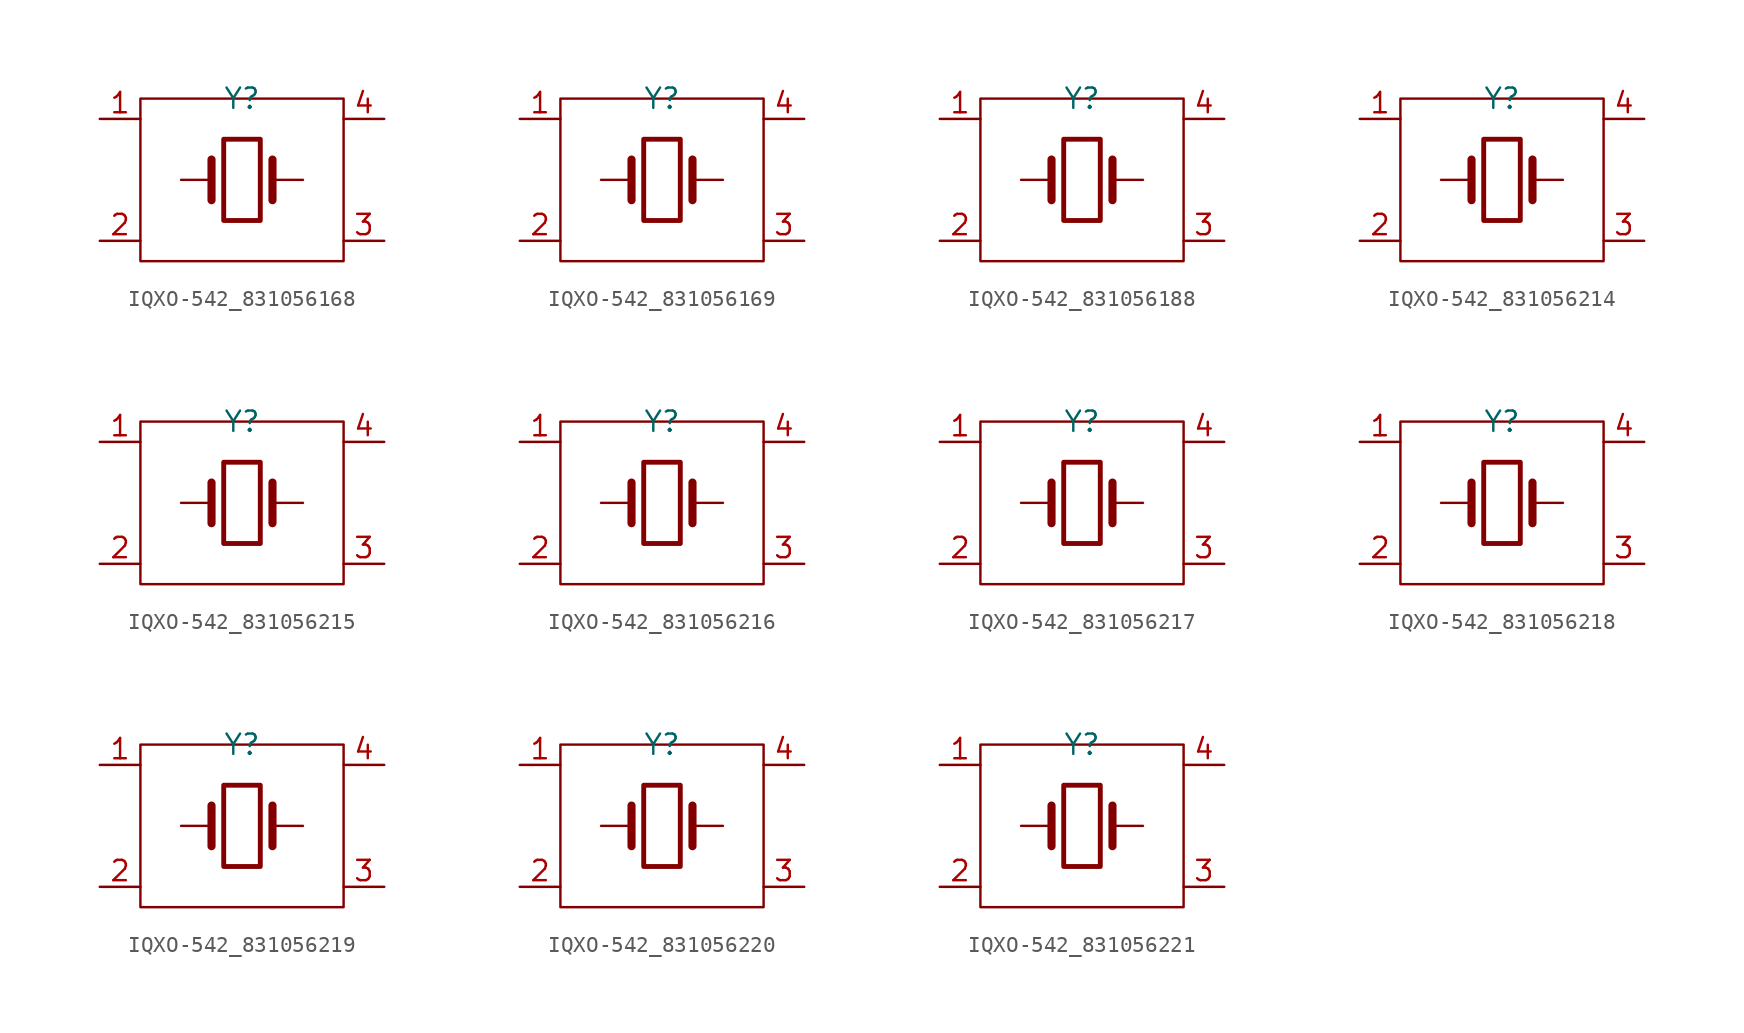
<source format=kicad_sym>
(kicad_symbol_lib
  (version 20220914)
  (generator kicad_symbol_editor)
  (symbol "IQXO-542_831056168"
    (pin_names hide)
    (property "Reference" "Y"
      (at 0 5.08 0)
      (effects (font (size 1.27 1.27))))
    (property "Critical Parameter" ""
      (at 0 -5.08 0)
      (effects (font (size 1.27 1.27)) (justify left)))
    (symbol "IQXO-542_831056168_0_1"
      (rectangle (start -6.35 5.08) (end 6.35 -5.08) (stroke (width 0) (type default)) (fill (type none)))
      (rectangle (start -1.143 2.54) (end 1.143 -2.54) (stroke (width 0.305) (type default)) (fill (type none)))
      (polyline (pts (xy -3.81 0) (xy -1.905 0)) (stroke (width 0) (type default)) (fill (type none)))
      (polyline (pts (xy -1.905 -1.27) (xy -1.905 1.27)) (stroke (width 0.508) (type default)) (fill (type none)))
      (polyline (pts (xy 1.905 -1.27) (xy 1.905 1.27)) (stroke (width 0.508) (type default)) (fill (type none)))
      (polyline (pts (xy 3.81 0) (xy 1.905 0)) (stroke (width 0) (type default)) (fill (type none))))
    (symbol "IQXO-542_831056168_1_1"
      (pin passive line (at -8.89 3.81 0) (length 2.54) (name "E/D" (effects (font (size 1.27 1.27)))) (number "1" (effects (font (size 1.27 1.27)))))
      (pin passive line (at -8.89 -3.81 0) (length 2.54) (name "GND" (effects (font (size 1.27 1.27)))) (number "2" (effects (font (size 1.27 1.27)))))
      (pin passive line (at 8.89 -3.81 180) (length 2.54) (name "OUT" (effects (font (size 1.27 1.27)))) (number "3" (effects (font (size 1.27 1.27)))))
      (pin passive line (at 8.89 3.81 180) (length 2.54) (name "+VS" (effects (font (size 1.27 1.27)))) (number "4" (effects (font (size 1.27 1.27)))))))
  (symbol "IQXO-542_831056169"
    (pin_names hide)
    (property "Reference" "Y"
      (at 0 5.08 0)
      (effects (font (size 1.27 1.27))))
    (property "Critical Parameter" ""
      (at 0 -5.08 0)
      (effects (font (size 1.27 1.27)) (justify left)))
    (symbol "IQXO-542_831056169_0_1"
      (rectangle (start -6.35 5.08) (end 6.35 -5.08) (stroke (width 0) (type default)) (fill (type none)))
      (rectangle (start -1.143 2.54) (end 1.143 -2.54) (stroke (width 0.305) (type default)) (fill (type none)))
      (polyline (pts (xy -3.81 0) (xy -1.905 0)) (stroke (width 0) (type default)) (fill (type none)))
      (polyline (pts (xy -1.905 -1.27) (xy -1.905 1.27)) (stroke (width 0.508) (type default)) (fill (type none)))
      (polyline (pts (xy 1.905 -1.27) (xy 1.905 1.27)) (stroke (width 0.508) (type default)) (fill (type none)))
      (polyline (pts (xy 3.81 0) (xy 1.905 0)) (stroke (width 0) (type default)) (fill (type none))))
    (symbol "IQXO-542_831056169_1_1"
      (pin passive line (at -8.89 3.81 0) (length 2.54) (name "E/D" (effects (font (size 1.27 1.27)))) (number "1" (effects (font (size 1.27 1.27)))))
      (pin passive line (at -8.89 -3.81 0) (length 2.54) (name "GND" (effects (font (size 1.27 1.27)))) (number "2" (effects (font (size 1.27 1.27)))))
      (pin passive line (at 8.89 -3.81 180) (length 2.54) (name "OUT" (effects (font (size 1.27 1.27)))) (number "3" (effects (font (size 1.27 1.27)))))
      (pin passive line (at 8.89 3.81 180) (length 2.54) (name "+VS" (effects (font (size 1.27 1.27)))) (number "4" (effects (font (size 1.27 1.27)))))))
  (symbol "IQXO-542_831056188"
    (pin_names hide)
    (property "Reference" "Y"
      (at 0 5.08 0)
      (effects (font (size 1.27 1.27))))
    (property "Critical Parameter" ""
      (at 0 -5.08 0)
      (effects (font (size 1.27 1.27)) (justify left)))
    (symbol "IQXO-542_831056188_0_1"
      (rectangle (start -6.35 5.08) (end 6.35 -5.08) (stroke (width 0) (type default)) (fill (type none)))
      (rectangle (start -1.143 2.54) (end 1.143 -2.54) (stroke (width 0.305) (type default)) (fill (type none)))
      (polyline (pts (xy -3.81 0) (xy -1.905 0)) (stroke (width 0) (type default)) (fill (type none)))
      (polyline (pts (xy -1.905 -1.27) (xy -1.905 1.27)) (stroke (width 0.508) (type default)) (fill (type none)))
      (polyline (pts (xy 1.905 -1.27) (xy 1.905 1.27)) (stroke (width 0.508) (type default)) (fill (type none)))
      (polyline (pts (xy 3.81 0) (xy 1.905 0)) (stroke (width 0) (type default)) (fill (type none))))
    (symbol "IQXO-542_831056188_1_1"
      (pin passive line (at -8.89 3.81 0) (length 2.54) (name "E/D" (effects (font (size 1.27 1.27)))) (number "1" (effects (font (size 1.27 1.27)))))
      (pin passive line (at -8.89 -3.81 0) (length 2.54) (name "GND" (effects (font (size 1.27 1.27)))) (number "2" (effects (font (size 1.27 1.27)))))
      (pin passive line (at 8.89 -3.81 180) (length 2.54) (name "OUT" (effects (font (size 1.27 1.27)))) (number "3" (effects (font (size 1.27 1.27)))))
      (pin passive line (at 8.89 3.81 180) (length 2.54) (name "+VS" (effects (font (size 1.27 1.27)))) (number "4" (effects (font (size 1.27 1.27)))))))
  (symbol "IQXO-542_831056214"
    (pin_names hide)
    (property "Reference" "Y"
      (at 0 5.08 0)
      (effects (font (size 1.27 1.27))))
    (property "Critical Parameter" ""
      (at 0 -5.08 0)
      (effects (font (size 1.27 1.27)) (justify left)))
    (symbol "IQXO-542_831056214_0_1"
      (rectangle (start -6.35 5.08) (end 6.35 -5.08) (stroke (width 0) (type default)) (fill (type none)))
      (rectangle (start -1.143 2.54) (end 1.143 -2.54) (stroke (width 0.305) (type default)) (fill (type none)))
      (polyline (pts (xy -3.81 0) (xy -1.905 0)) (stroke (width 0) (type default)) (fill (type none)))
      (polyline (pts (xy -1.905 -1.27) (xy -1.905 1.27)) (stroke (width 0.508) (type default)) (fill (type none)))
      (polyline (pts (xy 1.905 -1.27) (xy 1.905 1.27)) (stroke (width 0.508) (type default)) (fill (type none)))
      (polyline (pts (xy 3.81 0) (xy 1.905 0)) (stroke (width 0) (type default)) (fill (type none))))
    (symbol "IQXO-542_831056214_1_1"
      (pin passive line (at -8.89 3.81 0) (length 2.54) (name "E/D" (effects (font (size 1.27 1.27)))) (number "1" (effects (font (size 1.27 1.27)))))
      (pin passive line (at -8.89 -3.81 0) (length 2.54) (name "GND" (effects (font (size 1.27 1.27)))) (number "2" (effects (font (size 1.27 1.27)))))
      (pin passive line (at 8.89 -3.81 180) (length 2.54) (name "OUT" (effects (font (size 1.27 1.27)))) (number "3" (effects (font (size 1.27 1.27)))))
      (pin passive line (at 8.89 3.81 180) (length 2.54) (name "+VS" (effects (font (size 1.27 1.27)))) (number "4" (effects (font (size 1.27 1.27)))))))
  (symbol "IQXO-542_831056215"
    (pin_names hide)
    (property "Reference" "Y"
      (at 0 5.08 0)
      (effects (font (size 1.27 1.27))))
    (property "Critical Parameter" ""
      (at 0 -5.08 0)
      (effects (font (size 1.27 1.27)) (justify left)))
    (symbol "IQXO-542_831056215_0_1"
      (rectangle (start -6.35 5.08) (end 6.35 -5.08) (stroke (width 0) (type default)) (fill (type none)))
      (rectangle (start -1.143 2.54) (end 1.143 -2.54) (stroke (width 0.305) (type default)) (fill (type none)))
      (polyline (pts (xy -3.81 0) (xy -1.905 0)) (stroke (width 0) (type default)) (fill (type none)))
      (polyline (pts (xy -1.905 -1.27) (xy -1.905 1.27)) (stroke (width 0.508) (type default)) (fill (type none)))
      (polyline (pts (xy 1.905 -1.27) (xy 1.905 1.27)) (stroke (width 0.508) (type default)) (fill (type none)))
      (polyline (pts (xy 3.81 0) (xy 1.905 0)) (stroke (width 0) (type default)) (fill (type none))))
    (symbol "IQXO-542_831056215_1_1"
      (pin passive line (at -8.89 3.81 0) (length 2.54) (name "E/D" (effects (font (size 1.27 1.27)))) (number "1" (effects (font (size 1.27 1.27)))))
      (pin passive line (at -8.89 -3.81 0) (length 2.54) (name "GND" (effects (font (size 1.27 1.27)))) (number "2" (effects (font (size 1.27 1.27)))))
      (pin passive line (at 8.89 -3.81 180) (length 2.54) (name "OUT" (effects (font (size 1.27 1.27)))) (number "3" (effects (font (size 1.27 1.27)))))
      (pin passive line (at 8.89 3.81 180) (length 2.54) (name "+VS" (effects (font (size 1.27 1.27)))) (number "4" (effects (font (size 1.27 1.27)))))))
  (symbol "IQXO-542_831056216"
    (pin_names hide)
    (property "Reference" "Y"
      (at 0 5.08 0)
      (effects (font (size 1.27 1.27))))
    (property "Critical Parameter" ""
      (at 0 -5.08 0)
      (effects (font (size 1.27 1.27)) (justify left)))
    (symbol "IQXO-542_831056216_0_1"
      (rectangle (start -6.35 5.08) (end 6.35 -5.08) (stroke (width 0) (type default)) (fill (type none)))
      (rectangle (start -1.143 2.54) (end 1.143 -2.54) (stroke (width 0.305) (type default)) (fill (type none)))
      (polyline (pts (xy -3.81 0) (xy -1.905 0)) (stroke (width 0) (type default)) (fill (type none)))
      (polyline (pts (xy -1.905 -1.27) (xy -1.905 1.27)) (stroke (width 0.508) (type default)) (fill (type none)))
      (polyline (pts (xy 1.905 -1.27) (xy 1.905 1.27)) (stroke (width 0.508) (type default)) (fill (type none)))
      (polyline (pts (xy 3.81 0) (xy 1.905 0)) (stroke (width 0) (type default)) (fill (type none))))
    (symbol "IQXO-542_831056216_1_1"
      (pin passive line (at -8.89 3.81 0) (length 2.54) (name "E/D" (effects (font (size 1.27 1.27)))) (number "1" (effects (font (size 1.27 1.27)))))
      (pin passive line (at -8.89 -3.81 0) (length 2.54) (name "GND" (effects (font (size 1.27 1.27)))) (number "2" (effects (font (size 1.27 1.27)))))
      (pin passive line (at 8.89 -3.81 180) (length 2.54) (name "OUT" (effects (font (size 1.27 1.27)))) (number "3" (effects (font (size 1.27 1.27)))))
      (pin passive line (at 8.89 3.81 180) (length 2.54) (name "+VS" (effects (font (size 1.27 1.27)))) (number "4" (effects (font (size 1.27 1.27)))))))
  (symbol "IQXO-542_831056217"
    (pin_names hide)
    (property "Reference" "Y"
      (at 0 5.08 0)
      (effects (font (size 1.27 1.27))))
    (property "Critical Parameter" ""
      (at 0 -5.08 0)
      (effects (font (size 1.27 1.27)) (justify left)))
    (symbol "IQXO-542_831056217_0_1"
      (rectangle (start -6.35 5.08) (end 6.35 -5.08) (stroke (width 0) (type default)) (fill (type none)))
      (rectangle (start -1.143 2.54) (end 1.143 -2.54) (stroke (width 0.305) (type default)) (fill (type none)))
      (polyline (pts (xy -3.81 0) (xy -1.905 0)) (stroke (width 0) (type default)) (fill (type none)))
      (polyline (pts (xy -1.905 -1.27) (xy -1.905 1.27)) (stroke (width 0.508) (type default)) (fill (type none)))
      (polyline (pts (xy 1.905 -1.27) (xy 1.905 1.27)) (stroke (width 0.508) (type default)) (fill (type none)))
      (polyline (pts (xy 3.81 0) (xy 1.905 0)) (stroke (width 0) (type default)) (fill (type none))))
    (symbol "IQXO-542_831056217_1_1"
      (pin passive line (at -8.89 3.81 0) (length 2.54) (name "E/D" (effects (font (size 1.27 1.27)))) (number "1" (effects (font (size 1.27 1.27)))))
      (pin passive line (at -8.89 -3.81 0) (length 2.54) (name "GND" (effects (font (size 1.27 1.27)))) (number "2" (effects (font (size 1.27 1.27)))))
      (pin passive line (at 8.89 -3.81 180) (length 2.54) (name "OUT" (effects (font (size 1.27 1.27)))) (number "3" (effects (font (size 1.27 1.27)))))
      (pin passive line (at 8.89 3.81 180) (length 2.54) (name "+VS" (effects (font (size 1.27 1.27)))) (number "4" (effects (font (size 1.27 1.27)))))))
  (symbol "IQXO-542_831056218"
    (pin_names hide)
    (property "Reference" "Y"
      (at 0 5.08 0)
      (effects (font (size 1.27 1.27))))
    (property "Critical Parameter" ""
      (at 0 -5.08 0)
      (effects (font (size 1.27 1.27)) (justify left)))
    (symbol "IQXO-542_831056218_0_1"
      (rectangle (start -6.35 5.08) (end 6.35 -5.08) (stroke (width 0) (type default)) (fill (type none)))
      (rectangle (start -1.143 2.54) (end 1.143 -2.54) (stroke (width 0.305) (type default)) (fill (type none)))
      (polyline (pts (xy -3.81 0) (xy -1.905 0)) (stroke (width 0) (type default)) (fill (type none)))
      (polyline (pts (xy -1.905 -1.27) (xy -1.905 1.27)) (stroke (width 0.508) (type default)) (fill (type none)))
      (polyline (pts (xy 1.905 -1.27) (xy 1.905 1.27)) (stroke (width 0.508) (type default)) (fill (type none)))
      (polyline (pts (xy 3.81 0) (xy 1.905 0)) (stroke (width 0) (type default)) (fill (type none))))
    (symbol "IQXO-542_831056218_1_1"
      (pin passive line (at -8.89 3.81 0) (length 2.54) (name "E/D" (effects (font (size 1.27 1.27)))) (number "1" (effects (font (size 1.27 1.27)))))
      (pin passive line (at -8.89 -3.81 0) (length 2.54) (name "GND" (effects (font (size 1.27 1.27)))) (number "2" (effects (font (size 1.27 1.27)))))
      (pin passive line (at 8.89 -3.81 180) (length 2.54) (name "OUT" (effects (font (size 1.27 1.27)))) (number "3" (effects (font (size 1.27 1.27)))))
      (pin passive line (at 8.89 3.81 180) (length 2.54) (name "+VS" (effects (font (size 1.27 1.27)))) (number "4" (effects (font (size 1.27 1.27)))))))
  (symbol "IQXO-542_831056219"
    (pin_names hide)
    (property "Reference" "Y"
      (at 0 5.08 0)
      (effects (font (size 1.27 1.27))))
    (property "Critical Parameter" ""
      (at 0 -5.08 0)
      (effects (font (size 1.27 1.27)) (justify left)))
    (symbol "IQXO-542_831056219_0_1"
      (rectangle (start -6.35 5.08) (end 6.35 -5.08) (stroke (width 0) (type default)) (fill (type none)))
      (rectangle (start -1.143 2.54) (end 1.143 -2.54) (stroke (width 0.305) (type default)) (fill (type none)))
      (polyline (pts (xy -3.81 0) (xy -1.905 0)) (stroke (width 0) (type default)) (fill (type none)))
      (polyline (pts (xy -1.905 -1.27) (xy -1.905 1.27)) (stroke (width 0.508) (type default)) (fill (type none)))
      (polyline (pts (xy 1.905 -1.27) (xy 1.905 1.27)) (stroke (width 0.508) (type default)) (fill (type none)))
      (polyline (pts (xy 3.81 0) (xy 1.905 0)) (stroke (width 0) (type default)) (fill (type none))))
    (symbol "IQXO-542_831056219_1_1"
      (pin passive line (at -8.89 3.81 0) (length 2.54) (name "E/D" (effects (font (size 1.27 1.27)))) (number "1" (effects (font (size 1.27 1.27)))))
      (pin passive line (at -8.89 -3.81 0) (length 2.54) (name "GND" (effects (font (size 1.27 1.27)))) (number "2" (effects (font (size 1.27 1.27)))))
      (pin passive line (at 8.89 -3.81 180) (length 2.54) (name "OUT" (effects (font (size 1.27 1.27)))) (number "3" (effects (font (size 1.27 1.27)))))
      (pin passive line (at 8.89 3.81 180) (length 2.54) (name "+VS" (effects (font (size 1.27 1.27)))) (number "4" (effects (font (size 1.27 1.27)))))))
  (symbol "IQXO-542_831056220"
    (pin_names hide)
    (property "Reference" "Y"
      (at 0 5.08 0)
      (effects (font (size 1.27 1.27))))
    (property "Critical Parameter" ""
      (at 0 -5.08 0)
      (effects (font (size 1.27 1.27)) (justify left)))
    (symbol "IQXO-542_831056220_0_1"
      (rectangle (start -6.35 5.08) (end 6.35 -5.08) (stroke (width 0) (type default)) (fill (type none)))
      (rectangle (start -1.143 2.54) (end 1.143 -2.54) (stroke (width 0.305) (type default)) (fill (type none)))
      (polyline (pts (xy -3.81 0) (xy -1.905 0)) (stroke (width 0) (type default)) (fill (type none)))
      (polyline (pts (xy -1.905 -1.27) (xy -1.905 1.27)) (stroke (width 0.508) (type default)) (fill (type none)))
      (polyline (pts (xy 1.905 -1.27) (xy 1.905 1.27)) (stroke (width 0.508) (type default)) (fill (type none)))
      (polyline (pts (xy 3.81 0) (xy 1.905 0)) (stroke (width 0) (type default)) (fill (type none))))
    (symbol "IQXO-542_831056220_1_1"
      (pin passive line (at -8.89 3.81 0) (length 2.54) (name "E/D" (effects (font (size 1.27 1.27)))) (number "1" (effects (font (size 1.27 1.27)))))
      (pin passive line (at -8.89 -3.81 0) (length 2.54) (name "GND" (effects (font (size 1.27 1.27)))) (number "2" (effects (font (size 1.27 1.27)))))
      (pin passive line (at 8.89 -3.81 180) (length 2.54) (name "OUT" (effects (font (size 1.27 1.27)))) (number "3" (effects (font (size 1.27 1.27)))))
      (pin passive line (at 8.89 3.81 180) (length 2.54) (name "+VS" (effects (font (size 1.27 1.27)))) (number "4" (effects (font (size 1.27 1.27)))))))
  (symbol "IQXO-542_831056221"
    (pin_names hide)
    (property "Reference" "Y"
      (at 0 5.08 0)
      (effects (font (size 1.27 1.27))))
    (property "Critical Parameter" ""
      (at 0 -5.08 0)
      (effects (font (size 1.27 1.27)) (justify left)))
    (symbol "IQXO-542_831056221_0_1"
      (rectangle (start -6.35 5.08) (end 6.35 -5.08) (stroke (width 0) (type default)) (fill (type none)))
      (rectangle (start -1.143 2.54) (end 1.143 -2.54) (stroke (width 0.305) (type default)) (fill (type none)))
      (polyline (pts (xy -3.81 0) (xy -1.905 0)) (stroke (width 0) (type default)) (fill (type none)))
      (polyline (pts (xy -1.905 -1.27) (xy -1.905 1.27)) (stroke (width 0.508) (type default)) (fill (type none)))
      (polyline (pts (xy 1.905 -1.27) (xy 1.905 1.27)) (stroke (width 0.508) (type default)) (fill (type none)))
      (polyline (pts (xy 3.81 0) (xy 1.905 0)) (stroke (width 0) (type default)) (fill (type none))))
    (symbol "IQXO-542_831056221_1_1"
      (pin passive line (at -8.89 3.81 0) (length 2.54) (name "E/D" (effects (font (size 1.27 1.27)))) (number "1" (effects (font (size 1.27 1.27)))))
      (pin passive line (at -8.89 -3.81 0) (length 2.54) (name "GND" (effects (font (size 1.27 1.27)))) (number "2" (effects (font (size 1.27 1.27)))))
      (pin passive line (at 8.89 -3.81 180) (length 2.54) (name "OUT" (effects (font (size 1.27 1.27)))) (number "3" (effects (font (size 1.27 1.27)))))
      (pin passive line (at 8.89 3.81 180) (length 2.54) (name "+VS" (effects (font (size 1.27 1.27)))) (number "4" (effects (font (size 1.27 1.27))))))))
</source>
